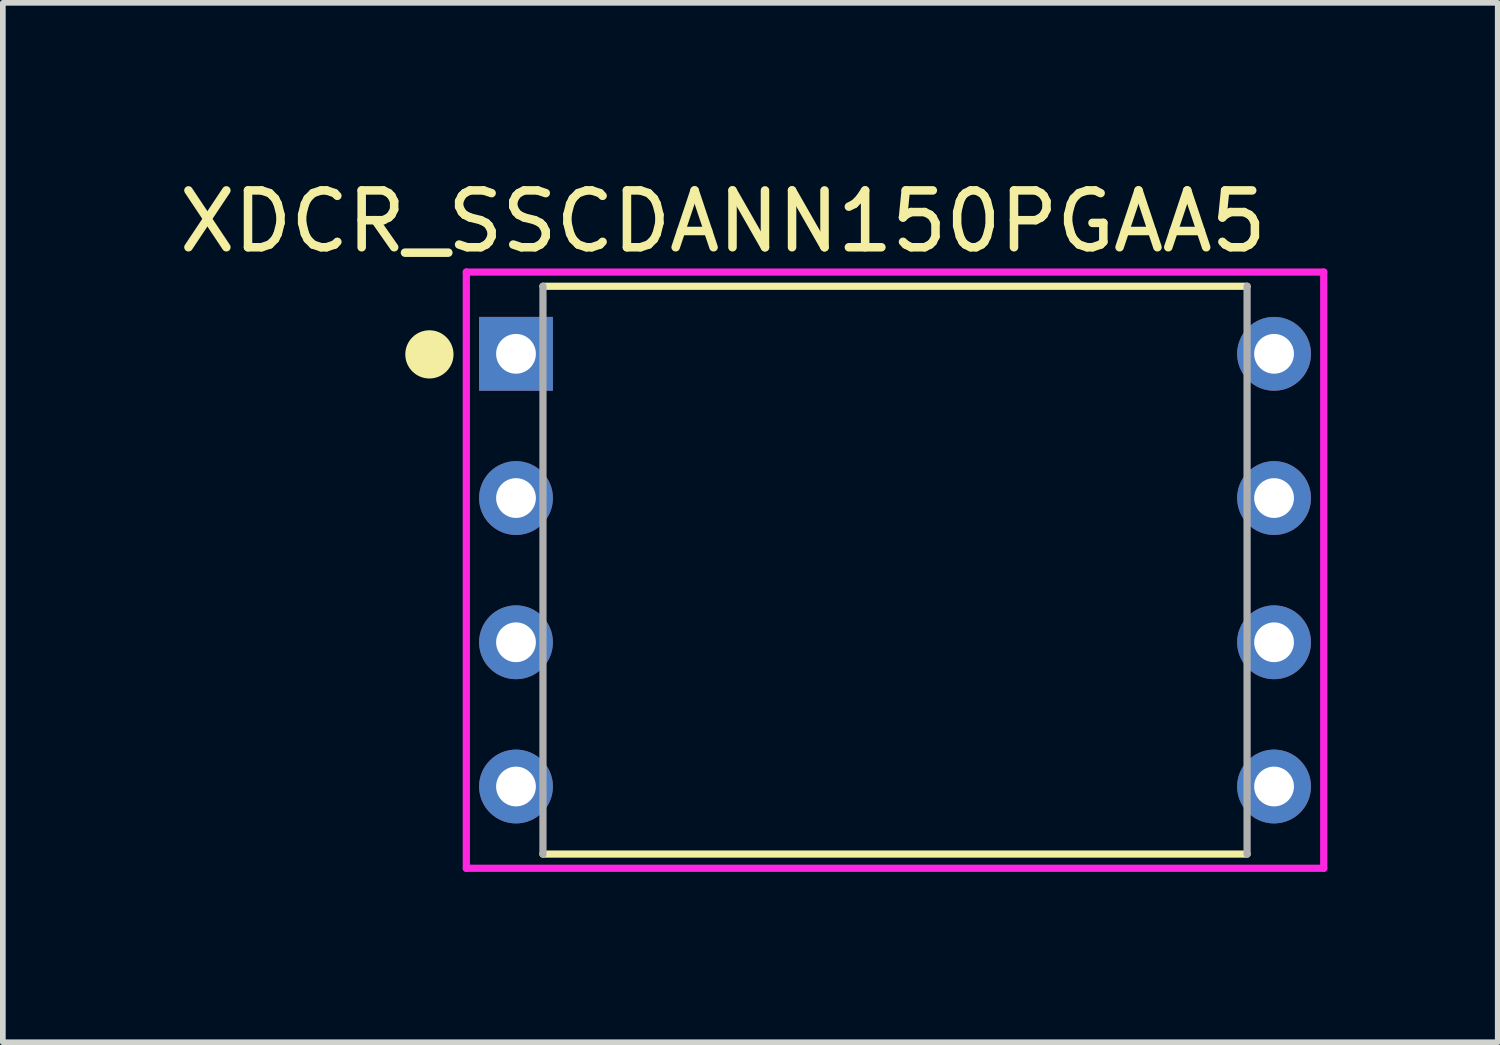
<source format=kicad_pcb>
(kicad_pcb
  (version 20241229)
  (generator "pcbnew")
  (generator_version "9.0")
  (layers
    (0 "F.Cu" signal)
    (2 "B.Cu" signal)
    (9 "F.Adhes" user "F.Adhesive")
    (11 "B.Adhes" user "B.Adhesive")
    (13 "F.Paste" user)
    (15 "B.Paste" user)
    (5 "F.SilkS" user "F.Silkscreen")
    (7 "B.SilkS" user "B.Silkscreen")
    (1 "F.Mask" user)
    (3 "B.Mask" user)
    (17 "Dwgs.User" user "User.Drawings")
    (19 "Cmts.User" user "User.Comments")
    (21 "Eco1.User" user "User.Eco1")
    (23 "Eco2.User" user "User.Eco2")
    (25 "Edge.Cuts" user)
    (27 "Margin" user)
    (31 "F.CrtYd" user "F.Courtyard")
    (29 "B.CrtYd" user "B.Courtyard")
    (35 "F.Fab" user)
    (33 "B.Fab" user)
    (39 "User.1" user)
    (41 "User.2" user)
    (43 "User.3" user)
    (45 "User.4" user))
  (footprint "XDCR_SSCDANN150PGAA5"
    (layer "F.Cu")
    (at 12.712 6.991)
    (property "Reference" "XDCR_SSCDANN150PGAA5" (at -3.029 -6.142 0) (layer "F.SilkS") (effects (font (size 1.001 1.001) (thickness 0.15))))
    (attr through_hole)
    (fp_line (start -6.2 -5) (end 6.2 -5) (stroke (width 0.127) (type solid)) (layer "F.SilkS"))
    (fp_line (start 6.2 5) (end -6.2 5) (stroke (width 0.127) (type solid)) (layer "F.SilkS"))
    (fp_circle (center -8.3 -3.8) (end -8.2 -3.8) (stroke (width 0.127) (type solid)) (fill no) (layer "F.SilkS"))
    (fp_circle (center -8.2 -3.9) (end -8.1 -3.9) (stroke (width 0.127) (type solid)) (fill no) (layer "F.SilkS"))
    (fp_circle (center -8.2 -3.8) (end -8.059 -3.8) (stroke (width 0.127) (type solid)) (fill no) (layer "F.SilkS"))
    (fp_circle (center -8.2 -3.8) (end -7.976 -3.8) (stroke (width 0.127) (type solid)) (fill no) (layer "F.SilkS"))
    (fp_circle (center -8.2 -3.8) (end -7.917 -3.8) (stroke (width 0.127) (type solid)) (fill no) (layer "F.SilkS"))
    (fp_circle (center -8.2 -3.8) (end -7.839 -3.8) (stroke (width 0.127) (type solid)) (fill no) (layer "F.SilkS"))
    (fp_circle (center -8.2 -3.7) (end -8.1 -3.7) (stroke (width 0.127) (type solid)) (fill no) (layer "F.SilkS"))
    (fp_line (start -7.55 -5.25) (end 7.55 -5.25) (stroke (width 0.127) (type solid)) (layer "F.CrtYd"))
    (fp_line (start -7.55 5.25) (end -7.55 -5.25) (stroke (width 0.127) (type solid)) (layer "F.CrtYd"))
    (fp_line (start 7.55 -5.25) (end 7.55 5.25) (stroke (width 0.127) (type solid)) (layer "F.CrtYd"))
    (fp_line (start 7.55 5.25) (end -7.55 5.25) (stroke (width 0.127) (type solid)) (layer "F.CrtYd"))
    (fp_line (start -6.2 5) (end -6.2 -5) (stroke (width 0.127) (type solid)) (layer "F.Fab"))
    (fp_line (start 6.2 -5) (end 6.2 5) (stroke (width 0.127) (type solid)) (layer "F.Fab"))
    (pad "1" thru_hole rect (at -6.675 -3.81) (size 1.3 1.3) (drill 0.7) (layers "*.Cu" "*.Mask"))
    (pad "2" thru_hole circle (at -6.675 -1.27) (size 1.3 1.3) (drill 0.7) (layers "*.Cu" "*.Mask"))
    (pad "3" thru_hole circle (at -6.675 1.27) (size 1.3 1.3) (drill 0.7) (layers "*.Cu" "*.Mask"))
    (pad "4" thru_hole circle (at -6.675 3.81) (size 1.3 1.3) (drill 0.7) (layers "*.Cu" "*.Mask"))
    (pad "5" thru_hole circle (at 6.675 3.81) (size 1.3 1.3) (drill 0.7) (layers "*.Cu" "*.Mask"))
    (pad "6" thru_hole circle (at 6.675 1.27) (size 1.3 1.3) (drill 0.7) (layers "*.Cu" "*.Mask"))
    (pad "7" thru_hole circle (at 6.675 -1.27) (size 1.3 1.3) (drill 0.7) (layers "*.Cu" "*.Mask"))
    (pad "8" thru_hole circle (at 6.675 -3.81) (size 1.3 1.3) (drill 0.7) (layers "*.Cu" "*.Mask")))
  (gr_rect
    (start -3 -3)
    (end 23.326 15.305)
    (stroke (width 0.1) (type default))
    (fill no)
    (layer "Edge.Cuts")))
</source>
